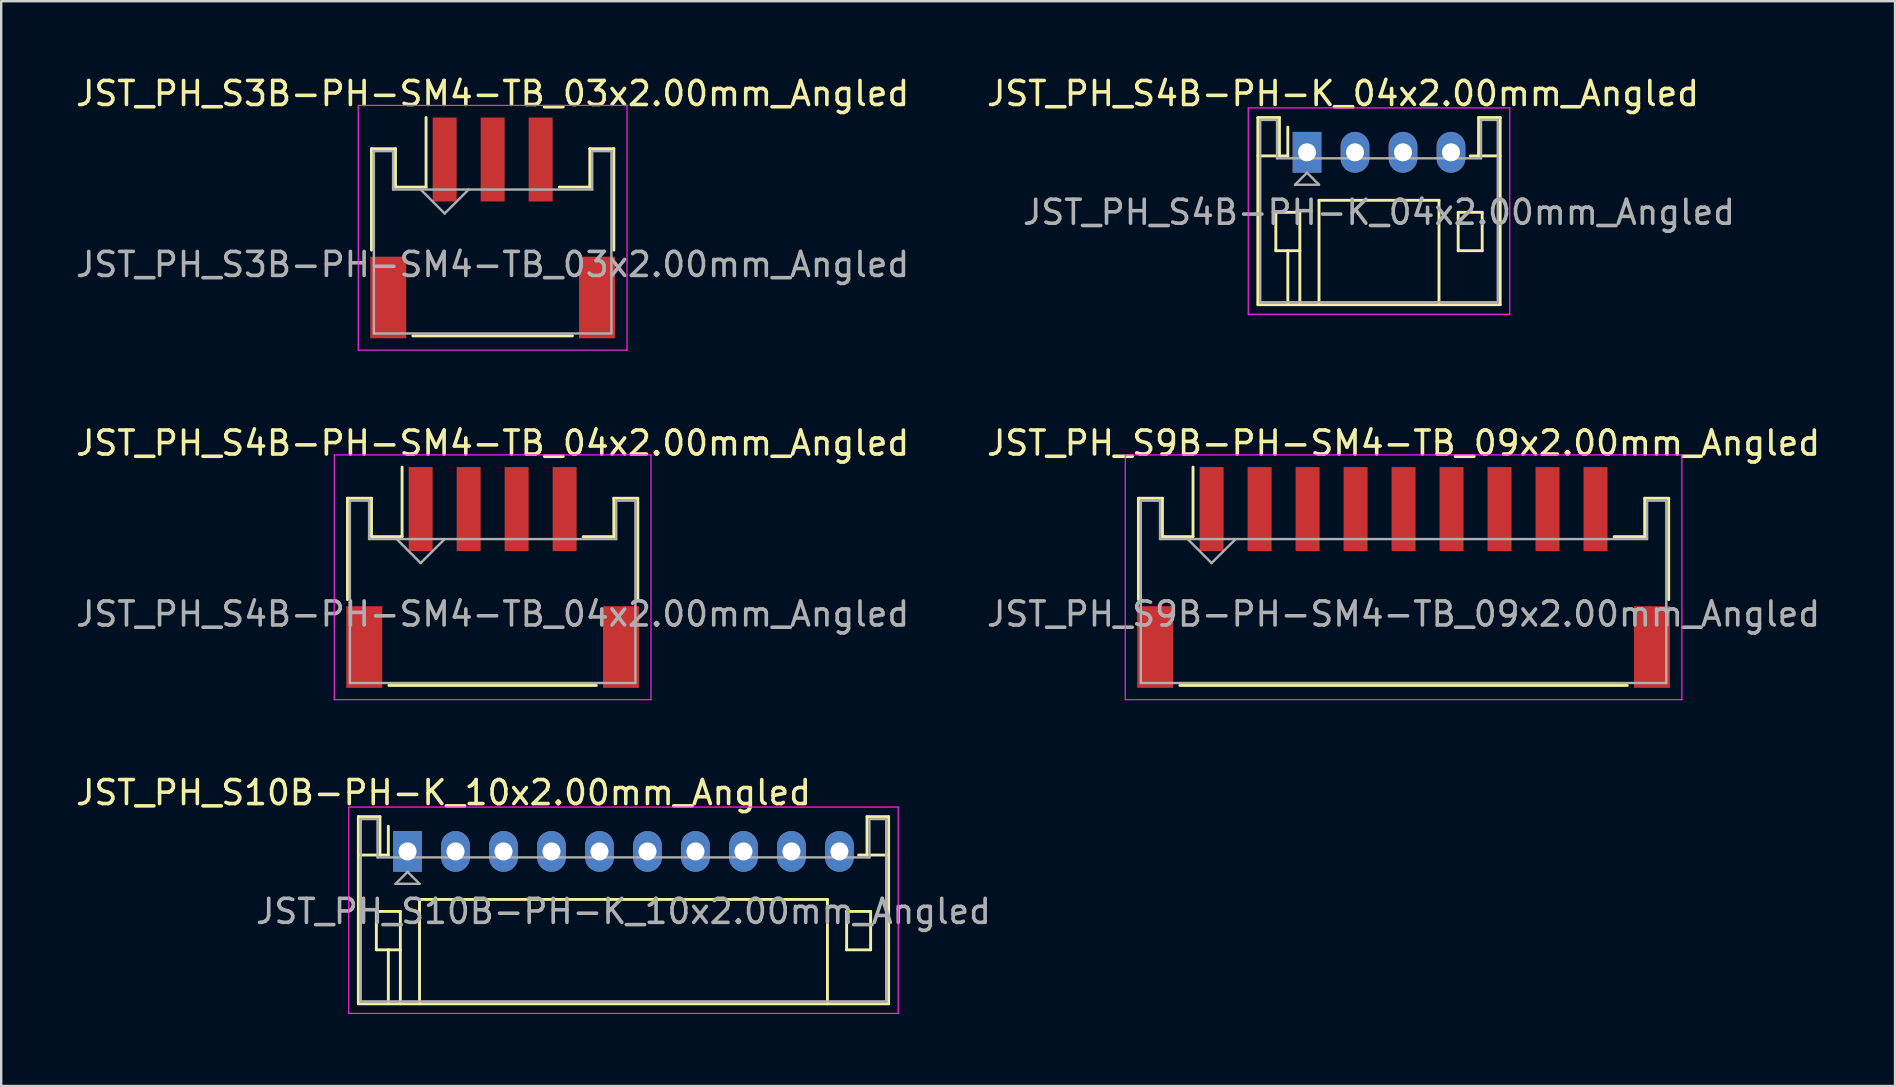
<source format=kicad_pcb>
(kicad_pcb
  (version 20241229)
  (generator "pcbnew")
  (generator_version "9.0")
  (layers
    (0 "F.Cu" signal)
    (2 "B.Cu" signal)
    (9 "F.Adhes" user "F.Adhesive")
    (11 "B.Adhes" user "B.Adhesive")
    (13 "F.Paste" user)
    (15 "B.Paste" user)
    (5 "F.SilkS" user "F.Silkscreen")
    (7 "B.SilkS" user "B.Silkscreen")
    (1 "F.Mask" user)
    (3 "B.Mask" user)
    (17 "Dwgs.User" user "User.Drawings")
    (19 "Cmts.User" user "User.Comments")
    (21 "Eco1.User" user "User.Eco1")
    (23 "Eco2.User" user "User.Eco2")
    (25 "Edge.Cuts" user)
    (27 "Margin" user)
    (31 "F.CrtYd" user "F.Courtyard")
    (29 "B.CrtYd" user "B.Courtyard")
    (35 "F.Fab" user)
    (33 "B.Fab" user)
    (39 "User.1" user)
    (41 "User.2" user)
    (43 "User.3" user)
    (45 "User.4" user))
  (footprint "JST_PH_S3B-PH-SM4-TB_03x2.00mm_Angled"
    (layer "F.Cu")
    (at 17.482 6.473)
    (property "Reference" "JST_PH_S3B-PH-SM4-TB_03x2.00mm_Angled" (at 0 -5.625 0) (layer "F.SilkS") (effects (font (size 1 1) (thickness 0.15))))
    (attr smd)
    (fp_line (start -5.05 -3.325) (end -5.05 0.9) (stroke (width 0.12) (type solid)) (layer "F.SilkS"))
    (fp_line (start -4.05 -3.325) (end -5.05 -3.325) (stroke (width 0.12) (type solid)) (layer "F.SilkS"))
    (fp_line (start -4.05 -1.725) (end -4.05 -3.325) (stroke (width 0.12) (type solid)) (layer "F.SilkS"))
    (fp_line (start -3.325 4.475) (end 3.325 4.475) (stroke (width 0.12) (type solid)) (layer "F.SilkS"))
    (fp_line (start -2.775 -1.725) (end -4.05 -1.725) (stroke (width 0.12) (type solid)) (layer "F.SilkS"))
    (fp_line (start -2.775 -1.725) (end -2.775 -4.625) (stroke (width 0.12) (type solid)) (layer "F.SilkS"))
    (fp_line (start 4.05 -3.325) (end 4.05 -1.725) (stroke (width 0.12) (type solid)) (layer "F.SilkS"))
    (fp_line (start 4.05 -1.725) (end 2.775 -1.725) (stroke (width 0.12) (type solid)) (layer "F.SilkS"))
    (fp_line (start 5.05 -3.325) (end 4.05 -3.325) (stroke (width 0.12) (type solid)) (layer "F.SilkS"))
    (fp_line (start 5.05 0.9) (end 5.05 -3.325) (stroke (width 0.12) (type solid)) (layer "F.SilkS"))
    (fp_line (start -5.6 -5.13) (end -5.6 5.07) (stroke (width 0.05) (type solid)) (layer "F.CrtYd"))
    (fp_line (start -5.6 5.07) (end 5.6 5.07) (stroke (width 0.05) (type solid)) (layer "F.CrtYd"))
    (fp_line (start 5.6 -5.13) (end -5.6 -5.13) (stroke (width 0.05) (type solid)) (layer "F.CrtYd"))
    (fp_line (start 5.6 5.07) (end 5.6 -5.13) (stroke (width 0.05) (type solid)) (layer "F.CrtYd"))
    (fp_line (start -4.95 -3.225) (end -4.95 4.375) (stroke (width 0.1) (type solid)) (layer "F.Fab"))
    (fp_line (start -4.95 4.375) (end 4.95 4.375) (stroke (width 0.1) (type solid)) (layer "F.Fab"))
    (fp_line (start -4.15 -3.225) (end -4.95 -3.225) (stroke (width 0.1) (type solid)) (layer "F.Fab"))
    (fp_line (start -4.15 -1.625) (end -4.15 -3.225) (stroke (width 0.1) (type solid)) (layer "F.Fab"))
    (fp_line (start -3 -1.625) (end -2 -0.625) (stroke (width 0.1) (type solid)) (layer "F.Fab"))
    (fp_line (start -2 -0.625) (end -1 -1.625) (stroke (width 0.1) (type solid)) (layer "F.Fab"))
    (fp_line (start 4.15 -3.225) (end 4.15 -1.625) (stroke (width 0.1) (type solid)) (layer "F.Fab"))
    (fp_line (start 4.15 -1.625) (end -4.15 -1.625) (stroke (width 0.1) (type solid)) (layer "F.Fab"))
    (fp_line (start 4.95 -3.225) (end 4.15 -3.225) (stroke (width 0.1) (type solid)) (layer "F.Fab"))
    (fp_line (start 4.95 4.375) (end 4.95 -3.225) (stroke (width 0.1) (type solid)) (layer "F.Fab"))
    (fp_text user "${REFERENCE}" (at 0 1.5 0) (layer "F.Fab") (effects (font (size 1 1) (thickness 0.15))))
    (pad "" smd rect (at -4.35 2.875) (size 1.5 3.4) (layers "F.Cu" "F.Mask" "F.Paste"))
    (pad "" smd rect (at 4.35 2.875) (size 1.5 3.4) (layers "F.Cu" "F.Mask" "F.Paste"))
    (pad "1" smd rect (at -2 -2.875) (size 1 3.5) (layers "F.Cu" "F.Mask" "F.Paste"))
    (pad "2" smd rect (at 0 -2.875) (size 1 3.5) (layers "F.Cu" "F.Mask" "F.Paste"))
    (pad "3" smd rect (at 2 -2.875) (size 1 3.5) (layers "F.Cu" "F.Mask" "F.Paste")))
  (footprint "JST_PH_S10B-PH-K_10x2.00mm_Angled"
    (layer "F.Cu")
    (at 13.935 32.435)
    (property "Reference" "JST_PH_S10B-PH-K_10x2.00mm_Angled" (at 1.5 -2.45 0) (layer "F.SilkS") (effects (font (size 1 1) (thickness 0.15))))
    (attr through_hole)
    (fp_line (start -2.05 -1.45) (end -2.05 6.35) (stroke (width 0.12) (type solid)) (layer "F.SilkS"))
    (fp_line (start -2.05 0.15) (end -1.15 0.15) (stroke (width 0.12) (type solid)) (layer "F.SilkS"))
    (fp_line (start -2.05 6.35) (end 20.05 6.35) (stroke (width 0.12) (type solid)) (layer "F.SilkS"))
    (fp_line (start -1.3 2.5) (end -1.3 4.1) (stroke (width 0.12) (type solid)) (layer "F.SilkS"))
    (fp_line (start -1.3 4.1) (end -0.3 4.1) (stroke (width 0.12) (type solid)) (layer "F.SilkS"))
    (fp_line (start -1.15 -1.45) (end -2.05 -1.45) (stroke (width 0.12) (type solid)) (layer "F.SilkS"))
    (fp_line (start -1.15 0.15) (end -1.15 -1.45) (stroke (width 0.12) (type solid)) (layer "F.SilkS"))
    (fp_line (start -0.8 0.15) (end -1.15 0.15) (stroke (width 0.12) (type solid)) (layer "F.SilkS"))
    (fp_line (start -0.8 0.15) (end -0.8 -1.05) (stroke (width 0.12) (type solid)) (layer "F.SilkS"))
    (fp_line (start -0.8 4.1) (end -0.8 6.35) (stroke (width 0.12) (type solid)) (layer "F.SilkS"))
    (fp_line (start -0.3 2.5) (end -1.3 2.5) (stroke (width 0.12) (type solid)) (layer "F.SilkS"))
    (fp_line (start -0.3 4.1) (end -0.3 2.5) (stroke (width 0.12) (type solid)) (layer "F.SilkS"))
    (fp_line (start -0.3 4.1) (end -0.3 6.35) (stroke (width 0.12) (type solid)) (layer "F.SilkS"))
    (fp_line (start 0.5 2) (end 17.5 2) (stroke (width 0.12) (type solid)) (layer "F.SilkS"))
    (fp_line (start 0.5 6.35) (end 0.5 2) (stroke (width 0.12) (type solid)) (layer "F.SilkS"))
    (fp_line (start 17.5 2) (end 17.5 6.35) (stroke (width 0.12) (type solid)) (layer "F.SilkS"))
    (fp_line (start 18.3 2.5) (end 19.3 2.5) (stroke (width 0.12) (type solid)) (layer "F.SilkS"))
    (fp_line (start 18.3 4.1) (end 18.3 2.5) (stroke (width 0.12) (type solid)) (layer "F.SilkS"))
    (fp_line (start 19.15 -1.45) (end 19.15 0.15) (stroke (width 0.12) (type solid)) (layer "F.SilkS"))
    (fp_line (start 19.15 0.15) (end 18.8 0.15) (stroke (width 0.12) (type solid)) (layer "F.SilkS"))
    (fp_line (start 19.3 2.5) (end 19.3 4.1) (stroke (width 0.12) (type solid)) (layer "F.SilkS"))
    (fp_line (start 19.3 4.1) (end 18.3 4.1) (stroke (width 0.12) (type solid)) (layer "F.SilkS"))
    (fp_line (start 20.05 -1.45) (end 19.15 -1.45) (stroke (width 0.12) (type solid)) (layer "F.SilkS"))
    (fp_line (start 20.05 0.15) (end 19.15 0.15) (stroke (width 0.12) (type solid)) (layer "F.SilkS"))
    (fp_line (start 20.05 6.35) (end 20.05 -1.45) (stroke (width 0.12) (type solid)) (layer "F.SilkS"))
    (fp_line (start -2.45 -1.85) (end -2.45 6.75) (stroke (width 0.05) (type solid)) (layer "F.CrtYd"))
    (fp_line (start -2.45 6.75) (end 20.45 6.75) (stroke (width 0.05) (type solid)) (layer "F.CrtYd"))
    (fp_line (start 20.45 -1.85) (end -2.45 -1.85) (stroke (width 0.05) (type solid)) (layer "F.CrtYd"))
    (fp_line (start 20.45 6.75) (end 20.45 -1.85) (stroke (width 0.05) (type solid)) (layer "F.CrtYd"))
    (fp_line (start -1.95 -1.35) (end -1.95 6.25) (stroke (width 0.1) (type solid)) (layer "F.Fab"))
    (fp_line (start -1.95 6.25) (end 19.95 6.25) (stroke (width 0.1) (type solid)) (layer "F.Fab"))
    (fp_line (start -1.25 -1.35) (end -1.95 -1.35) (stroke (width 0.1) (type solid)) (layer "F.Fab"))
    (fp_line (start -1.25 0.25) (end -1.25 -1.35) (stroke (width 0.1) (type solid)) (layer "F.Fab"))
    (fp_line (start -0.5 1.35) (end 0.5 1.35) (stroke (width 0.1) (type solid)) (layer "F.Fab"))
    (fp_line (start 0 0.85) (end -0.5 1.35) (stroke (width 0.1) (type solid)) (layer "F.Fab"))
    (fp_line (start 0.5 1.35) (end 0 0.85) (stroke (width 0.1) (type solid)) (layer "F.Fab"))
    (fp_line (start 19.25 -1.35) (end 19.25 0.25) (stroke (width 0.1) (type solid)) (layer "F.Fab"))
    (fp_line (start 19.25 0.25) (end -1.25 0.25) (stroke (width 0.1) (type solid)) (layer "F.Fab"))
    (fp_line (start 19.95 -1.35) (end 19.25 -1.35) (stroke (width 0.1) (type solid)) (layer "F.Fab"))
    (fp_line (start 19.95 6.25) (end 19.95 -1.35) (stroke (width 0.1) (type solid)) (layer "F.Fab"))
    (fp_text user "${REFERENCE}" (at 9 2.5 0) (layer "F.Fab") (effects (font (size 1 1) (thickness 0.15))))
    (pad "1" thru_hole rect (at 0 0) (size 1.2 1.7) (drill 0.75) (layers "*.Cu" "*.Mask"))
    (pad "2" thru_hole oval (at 2 0) (size 1.2 1.7) (drill 0.75) (layers "*.Cu" "*.Mask"))
    (pad "3" thru_hole oval (at 4 0) (size 1.2 1.7) (drill 0.75) (layers "*.Cu" "*.Mask"))
    (pad "4" thru_hole oval (at 6 0) (size 1.2 1.7) (drill 0.75) (layers "*.Cu" "*.Mask"))
    (pad "5" thru_hole oval (at 8 0) (size 1.2 1.7) (drill 0.75) (layers "*.Cu" "*.Mask"))
    (pad "6" thru_hole oval (at 10 0) (size 1.2 1.7) (drill 0.75) (layers "*.Cu" "*.Mask"))
    (pad "7" thru_hole oval (at 12 0) (size 1.2 1.7) (drill 0.75) (layers "*.Cu" "*.Mask"))
    (pad "8" thru_hole oval (at 14 0) (size 1.2 1.7) (drill 0.75) (layers "*.Cu" "*.Mask"))
    (pad "9" thru_hole oval (at 16 0) (size 1.2 1.7) (drill 0.75) (layers "*.Cu" "*.Mask"))
    (pad "10" thru_hole oval (at 18 0) (size 1.2 1.7) (drill 0.75) (layers "*.Cu" "*.Mask")))
  (footprint "JST_PH_S4B-PH-K_04x2.00mm_Angled"
    (layer "F.Cu")
    (at 51.423 3.298)
    (property "Reference" "JST_PH_S4B-PH-K_04x2.00mm_Angled" (at 1.5 -2.45 0) (layer "F.SilkS") (effects (font (size 1 1) (thickness 0.15))))
    (attr through_hole)
    (fp_line (start -2.05 -1.45) (end -2.05 6.35) (stroke (width 0.12) (type solid)) (layer "F.SilkS"))
    (fp_line (start -2.05 0.15) (end -1.15 0.15) (stroke (width 0.12) (type solid)) (layer "F.SilkS"))
    (fp_line (start -2.05 6.35) (end 8.05 6.35) (stroke (width 0.12) (type solid)) (layer "F.SilkS"))
    (fp_line (start -1.3 2.5) (end -1.3 4.1) (stroke (width 0.12) (type solid)) (layer "F.SilkS"))
    (fp_line (start -1.3 4.1) (end -0.3 4.1) (stroke (width 0.12) (type solid)) (layer "F.SilkS"))
    (fp_line (start -1.15 -1.45) (end -2.05 -1.45) (stroke (width 0.12) (type solid)) (layer "F.SilkS"))
    (fp_line (start -1.15 0.15) (end -1.15 -1.45) (stroke (width 0.12) (type solid)) (layer "F.SilkS"))
    (fp_line (start -0.8 0.15) (end -1.15 0.15) (stroke (width 0.12) (type solid)) (layer "F.SilkS"))
    (fp_line (start -0.8 0.15) (end -0.8 -1.05) (stroke (width 0.12) (type solid)) (layer "F.SilkS"))
    (fp_line (start -0.8 4.1) (end -0.8 6.35) (stroke (width 0.12) (type solid)) (layer "F.SilkS"))
    (fp_line (start -0.3 2.5) (end -1.3 2.5) (stroke (width 0.12) (type solid)) (layer "F.SilkS"))
    (fp_line (start -0.3 4.1) (end -0.3 2.5) (stroke (width 0.12) (type solid)) (layer "F.SilkS"))
    (fp_line (start -0.3 4.1) (end -0.3 6.35) (stroke (width 0.12) (type solid)) (layer "F.SilkS"))
    (fp_line (start 0.5 2) (end 5.5 2) (stroke (width 0.12) (type solid)) (layer "F.SilkS"))
    (fp_line (start 0.5 6.35) (end 0.5 2) (stroke (width 0.12) (type solid)) (layer "F.SilkS"))
    (fp_line (start 5.5 2) (end 5.5 6.35) (stroke (width 0.12) (type solid)) (layer "F.SilkS"))
    (fp_line (start 6.3 2.5) (end 7.3 2.5) (stroke (width 0.12) (type solid)) (layer "F.SilkS"))
    (fp_line (start 6.3 4.1) (end 6.3 2.5) (stroke (width 0.12) (type solid)) (layer "F.SilkS"))
    (fp_line (start 7.15 -1.45) (end 7.15 0.15) (stroke (width 0.12) (type solid)) (layer "F.SilkS"))
    (fp_line (start 7.15 0.15) (end 6.8 0.15) (stroke (width 0.12) (type solid)) (layer "F.SilkS"))
    (fp_line (start 7.3 2.5) (end 7.3 4.1) (stroke (width 0.12) (type solid)) (layer "F.SilkS"))
    (fp_line (start 7.3 4.1) (end 6.3 4.1) (stroke (width 0.12) (type solid)) (layer "F.SilkS"))
    (fp_line (start 8.05 -1.45) (end 7.15 -1.45) (stroke (width 0.12) (type solid)) (layer "F.SilkS"))
    (fp_line (start 8.05 0.15) (end 7.15 0.15) (stroke (width 0.12) (type solid)) (layer "F.SilkS"))
    (fp_line (start 8.05 6.35) (end 8.05 -1.45) (stroke (width 0.12) (type solid)) (layer "F.SilkS"))
    (fp_line (start -2.45 -1.85) (end -2.45 6.75) (stroke (width 0.05) (type solid)) (layer "F.CrtYd"))
    (fp_line (start -2.45 6.75) (end 8.45 6.75) (stroke (width 0.05) (type solid)) (layer "F.CrtYd"))
    (fp_line (start 8.45 -1.85) (end -2.45 -1.85) (stroke (width 0.05) (type solid)) (layer "F.CrtYd"))
    (fp_line (start 8.45 6.75) (end 8.45 -1.85) (stroke (width 0.05) (type solid)) (layer "F.CrtYd"))
    (fp_line (start -1.95 -1.35) (end -1.95 6.25) (stroke (width 0.1) (type solid)) (layer "F.Fab"))
    (fp_line (start -1.95 6.25) (end 7.95 6.25) (stroke (width 0.1) (type solid)) (layer "F.Fab"))
    (fp_line (start -1.25 -1.35) (end -1.95 -1.35) (stroke (width 0.1) (type solid)) (layer "F.Fab"))
    (fp_line (start -1.25 0.25) (end -1.25 -1.35) (stroke (width 0.1) (type solid)) (layer "F.Fab"))
    (fp_line (start -0.5 1.35) (end 0.5 1.35) (stroke (width 0.1) (type solid)) (layer "F.Fab"))
    (fp_line (start 0 0.85) (end -0.5 1.35) (stroke (width 0.1) (type solid)) (layer "F.Fab"))
    (fp_line (start 0.5 1.35) (end 0 0.85) (stroke (width 0.1) (type solid)) (layer "F.Fab"))
    (fp_line (start 7.25 -1.35) (end 7.25 0.25) (stroke (width 0.1) (type solid)) (layer "F.Fab"))
    (fp_line (start 7.25 0.25) (end -1.25 0.25) (stroke (width 0.1) (type solid)) (layer "F.Fab"))
    (fp_line (start 7.95 -1.35) (end 7.25 -1.35) (stroke (width 0.1) (type solid)) (layer "F.Fab"))
    (fp_line (start 7.95 6.25) (end 7.95 -1.35) (stroke (width 0.1) (type solid)) (layer "F.Fab"))
    (fp_text user "${REFERENCE}" (at 3 2.5 0) (layer "F.Fab") (effects (font (size 1 1) (thickness 0.15))))
    (pad "1" thru_hole rect (at 0 0) (size 1.2 1.7) (drill 0.75) (layers "*.Cu" "*.Mask"))
    (pad "2" thru_hole oval (at 2 0) (size 1.2 1.7) (drill 0.75) (layers "*.Cu" "*.Mask"))
    (pad "3" thru_hole oval (at 4 0) (size 1.2 1.7) (drill 0.75) (layers "*.Cu" "*.Mask"))
    (pad "4" thru_hole oval (at 6 0) (size 1.2 1.7) (drill 0.75) (layers "*.Cu" "*.Mask")))
  (footprint "JST_PH_S4B-PH-SM4-TB_04x2.00mm_Angled"
    (layer "F.Cu")
    (at 17.482 21.041)
    (property "Reference" "JST_PH_S4B-PH-SM4-TB_04x2.00mm_Angled" (at 0 -5.625 0) (layer "F.SilkS") (effects (font (size 1 1) (thickness 0.15))))
    (attr smd)
    (fp_line (start -6.05 -3.325) (end -6.05 0.9) (stroke (width 0.12) (type solid)) (layer "F.SilkS"))
    (fp_line (start -5.05 -3.325) (end -6.05 -3.325) (stroke (width 0.12) (type solid)) (layer "F.SilkS"))
    (fp_line (start -5.05 -1.725) (end -5.05 -3.325) (stroke (width 0.12) (type solid)) (layer "F.SilkS"))
    (fp_line (start -4.325 4.475) (end 4.325 4.475) (stroke (width 0.12) (type solid)) (layer "F.SilkS"))
    (fp_line (start -3.775 -1.725) (end -5.05 -1.725) (stroke (width 0.12) (type solid)) (layer "F.SilkS"))
    (fp_line (start -3.775 -1.725) (end -3.775 -4.625) (stroke (width 0.12) (type solid)) (layer "F.SilkS"))
    (fp_line (start 5.05 -3.325) (end 5.05 -1.725) (stroke (width 0.12) (type solid)) (layer "F.SilkS"))
    (fp_line (start 5.05 -1.725) (end 3.775 -1.725) (stroke (width 0.12) (type solid)) (layer "F.SilkS"))
    (fp_line (start 6.05 -3.325) (end 5.05 -3.325) (stroke (width 0.12) (type solid)) (layer "F.SilkS"))
    (fp_line (start 6.05 0.9) (end 6.05 -3.325) (stroke (width 0.12) (type solid)) (layer "F.SilkS"))
    (fp_line (start -6.6 -5.13) (end -6.6 5.07) (stroke (width 0.05) (type solid)) (layer "F.CrtYd"))
    (fp_line (start -6.6 5.07) (end 6.6 5.07) (stroke (width 0.05) (type solid)) (layer "F.CrtYd"))
    (fp_line (start 6.6 -5.13) (end -6.6 -5.13) (stroke (width 0.05) (type solid)) (layer "F.CrtYd"))
    (fp_line (start 6.6 5.07) (end 6.6 -5.13) (stroke (width 0.05) (type solid)) (layer "F.CrtYd"))
    (fp_line (start -5.95 -3.225) (end -5.95 4.375) (stroke (width 0.1) (type solid)) (layer "F.Fab"))
    (fp_line (start -5.95 4.375) (end 5.95 4.375) (stroke (width 0.1) (type solid)) (layer "F.Fab"))
    (fp_line (start -5.15 -3.225) (end -5.95 -3.225) (stroke (width 0.1) (type solid)) (layer "F.Fab"))
    (fp_line (start -5.15 -1.625) (end -5.15 -3.225) (stroke (width 0.1) (type solid)) (layer "F.Fab"))
    (fp_line (start -4 -1.625) (end -3 -0.625) (stroke (width 0.1) (type solid)) (layer "F.Fab"))
    (fp_line (start -3 -0.625) (end -2 -1.625) (stroke (width 0.1) (type solid)) (layer "F.Fab"))
    (fp_line (start 5.15 -3.225) (end 5.15 -1.625) (stroke (width 0.1) (type solid)) (layer "F.Fab"))
    (fp_line (start 5.15 -1.625) (end -5.15 -1.625) (stroke (width 0.1) (type solid)) (layer "F.Fab"))
    (fp_line (start 5.95 -3.225) (end 5.15 -3.225) (stroke (width 0.1) (type solid)) (layer "F.Fab"))
    (fp_line (start 5.95 4.375) (end 5.95 -3.225) (stroke (width 0.1) (type solid)) (layer "F.Fab"))
    (fp_text user "${REFERENCE}" (at 0 1.5 0) (layer "F.Fab") (effects (font (size 1 1) (thickness 0.15))))
    (pad "" smd rect (at -5.35 2.875) (size 1.5 3.4) (layers "F.Cu" "F.Mask" "F.Paste"))
    (pad "" smd rect (at 5.35 2.875) (size 1.5 3.4) (layers "F.Cu" "F.Mask" "F.Paste"))
    (pad "1" smd rect (at -3 -2.875) (size 1 3.5) (layers "F.Cu" "F.Mask" "F.Paste"))
    (pad "2" smd rect (at -1 -2.875) (size 1 3.5) (layers "F.Cu" "F.Mask" "F.Paste"))
    (pad "3" smd rect (at 1 -2.875) (size 1 3.5) (layers "F.Cu" "F.Mask" "F.Paste"))
    (pad "4" smd rect (at 3 -2.875) (size 1 3.5) (layers "F.Cu" "F.Mask" "F.Paste")))
  (footprint "JST_PH_S9B-PH-SM4-TB_09x2.00mm_Angled"
    (layer "F.Cu")
    (at 55.446 21.041)
    (property "Reference" "JST_PH_S9B-PH-SM4-TB_09x2.00mm_Angled" (at 0 -5.625 0) (layer "F.SilkS") (effects (font (size 1 1) (thickness 0.15))))
    (attr smd)
    (fp_line (start -11.05 -3.325) (end -11.05 0.9) (stroke (width 0.12) (type solid)) (layer "F.SilkS"))
    (fp_line (start -10.05 -3.325) (end -11.05 -3.325) (stroke (width 0.12) (type solid)) (layer "F.SilkS"))
    (fp_line (start -10.05 -1.725) (end -10.05 -3.325) (stroke (width 0.12) (type solid)) (layer "F.SilkS"))
    (fp_line (start -9.325 4.475) (end 9.325 4.475) (stroke (width 0.12) (type solid)) (layer "F.SilkS"))
    (fp_line (start -8.775 -1.725) (end -10.05 -1.725) (stroke (width 0.12) (type solid)) (layer "F.SilkS"))
    (fp_line (start -8.775 -1.725) (end -8.775 -4.625) (stroke (width 0.12) (type solid)) (layer "F.SilkS"))
    (fp_line (start 10.05 -3.325) (end 10.05 -1.725) (stroke (width 0.12) (type solid)) (layer "F.SilkS"))
    (fp_line (start 10.05 -1.725) (end 8.775 -1.725) (stroke (width 0.12) (type solid)) (layer "F.SilkS"))
    (fp_line (start 11.05 -3.325) (end 10.05 -3.325) (stroke (width 0.12) (type solid)) (layer "F.SilkS"))
    (fp_line (start 11.05 0.9) (end 11.05 -3.325) (stroke (width 0.12) (type solid)) (layer "F.SilkS"))
    (fp_line (start -11.6 -5.13) (end -11.6 5.07) (stroke (width 0.05) (type solid)) (layer "F.CrtYd"))
    (fp_line (start -11.6 5.07) (end 11.6 5.07) (stroke (width 0.05) (type solid)) (layer "F.CrtYd"))
    (fp_line (start 11.6 -5.13) (end -11.6 -5.13) (stroke (width 0.05) (type solid)) (layer "F.CrtYd"))
    (fp_line (start 11.6 5.07) (end 11.6 -5.13) (stroke (width 0.05) (type solid)) (layer "F.CrtYd"))
    (fp_line (start -10.95 -3.225) (end -10.95 4.375) (stroke (width 0.1) (type solid)) (layer "F.Fab"))
    (fp_line (start -10.95 4.375) (end 10.95 4.375) (stroke (width 0.1) (type solid)) (layer "F.Fab"))
    (fp_line (start -10.15 -3.225) (end -10.95 -3.225) (stroke (width 0.1) (type solid)) (layer "F.Fab"))
    (fp_line (start -10.15 -1.625) (end -10.15 -3.225) (stroke (width 0.1) (type solid)) (layer "F.Fab"))
    (fp_line (start -9 -1.625) (end -8 -0.625) (stroke (width 0.1) (type solid)) (layer "F.Fab"))
    (fp_line (start -8 -0.625) (end -7 -1.625) (stroke (width 0.1) (type solid)) (layer "F.Fab"))
    (fp_line (start 10.15 -3.225) (end 10.15 -1.625) (stroke (width 0.1) (type solid)) (layer "F.Fab"))
    (fp_line (start 10.15 -1.625) (end -10.15 -1.625) (stroke (width 0.1) (type solid)) (layer "F.Fab"))
    (fp_line (start 10.95 -3.225) (end 10.15 -3.225) (stroke (width 0.1) (type solid)) (layer "F.Fab"))
    (fp_line (start 10.95 4.375) (end 10.95 -3.225) (stroke (width 0.1) (type solid)) (layer "F.Fab"))
    (fp_text user "${REFERENCE}" (at 0 1.5 0) (layer "F.Fab") (effects (font (size 1 1) (thickness 0.15))))
    (pad "" smd rect (at -10.35 2.875) (size 1.5 3.4) (layers "F.Cu" "F.Mask" "F.Paste"))
    (pad "" smd rect (at 10.35 2.875) (size 1.5 3.4) (layers "F.Cu" "F.Mask" "F.Paste"))
    (pad "1" smd rect (at -8 -2.875) (size 1 3.5) (layers "F.Cu" "F.Mask" "F.Paste"))
    (pad "2" smd rect (at -6 -2.875) (size 1 3.5) (layers "F.Cu" "F.Mask" "F.Paste"))
    (pad "3" smd rect (at -4 -2.875) (size 1 3.5) (layers "F.Cu" "F.Mask" "F.Paste"))
    (pad "4" smd rect (at -2 -2.875) (size 1 3.5) (layers "F.Cu" "F.Mask" "F.Paste"))
    (pad "5" smd rect (at 0 -2.875) (size 1 3.5) (layers "F.Cu" "F.Mask" "F.Paste"))
    (pad "6" smd rect (at 2 -2.875) (size 1 3.5) (layers "F.Cu" "F.Mask" "F.Paste"))
    (pad "7" smd rect (at 4 -2.875) (size 1 3.5) (layers "F.Cu" "F.Mask" "F.Paste"))
    (pad "8" smd rect (at 6 -2.875) (size 1 3.5) (layers "F.Cu" "F.Mask" "F.Paste"))
    (pad "9" smd rect (at 8 -2.875) (size 1 3.5) (layers "F.Cu" "F.Mask" "F.Paste")))
  (gr_rect
    (start -3 -3)
    (end 75.929 42.21)
    (stroke (width 0.1) (type default))
    (fill no)
    (layer "Edge.Cuts")))
</source>
